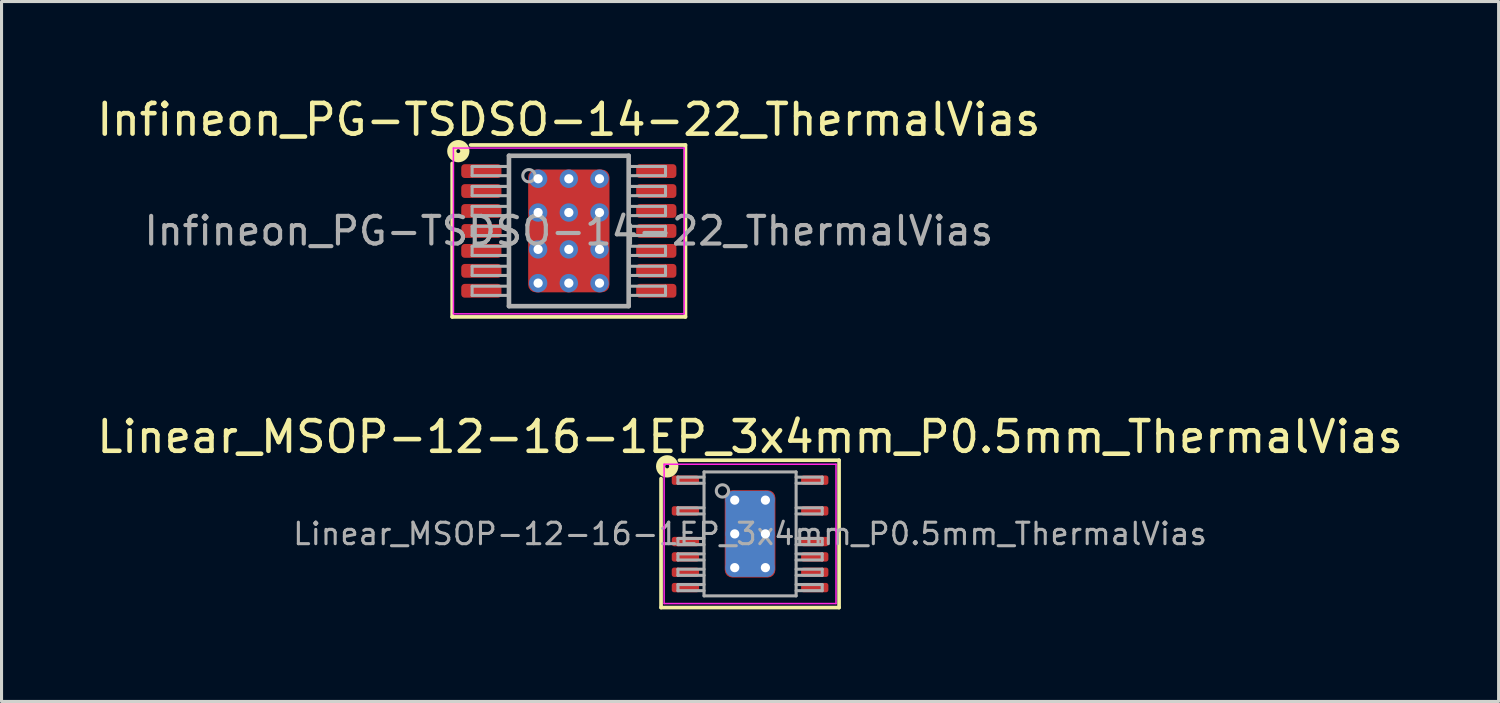
<source format=kicad_pcb>
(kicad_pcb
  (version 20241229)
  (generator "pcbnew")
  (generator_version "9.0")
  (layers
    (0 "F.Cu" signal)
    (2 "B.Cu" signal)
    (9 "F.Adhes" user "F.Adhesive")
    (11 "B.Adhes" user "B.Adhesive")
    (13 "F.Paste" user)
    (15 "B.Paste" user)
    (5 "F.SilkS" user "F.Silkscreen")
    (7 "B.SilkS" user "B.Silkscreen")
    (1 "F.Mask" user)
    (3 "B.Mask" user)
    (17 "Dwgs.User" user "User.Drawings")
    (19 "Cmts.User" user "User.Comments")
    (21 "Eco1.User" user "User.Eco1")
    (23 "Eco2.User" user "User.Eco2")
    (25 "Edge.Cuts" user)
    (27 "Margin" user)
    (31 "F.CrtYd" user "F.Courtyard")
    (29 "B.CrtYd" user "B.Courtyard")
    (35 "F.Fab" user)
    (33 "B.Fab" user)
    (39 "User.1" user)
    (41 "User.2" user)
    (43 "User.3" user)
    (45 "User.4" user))
  (footprint "Linear_MSOP-12-16-1EP_3x4mm_P0.5mm_ThermalVias"
    (layer "F.Cu")
    (at 21.387 14.344)
    (property "Reference" "Linear_MSOP-12-16-1EP_3x4mm_P0.5mm_ThermalVias" (at 0 -3.162 0) (layer "F.SilkS") (effects (font (size 1 1) (thickness 0.15))))
    (attr smd)
    (fp_line (start -2.9 2.4) (end -2.9 -1.8) (stroke (width 0.12) (type solid)) (layer "F.SilkS"))
    (fp_line (start -2.3 -2.4) (end 2.9 -2.4) (stroke (width 0.12) (type solid)) (layer "F.SilkS"))
    (fp_line (start 2.9 -2.4) (end 2.9 2.4) (stroke (width 0.12) (type solid)) (layer "F.SilkS"))
    (fp_line (start 2.9 2.4) (end -2.9 2.4) (stroke (width 0.12) (type solid)) (layer "F.SilkS"))
    (fp_circle (center -2.7 -2.2) (end -2.636 -2.2) (stroke (width 0.3) (type solid)) (fill no) (layer "F.SilkS"))
    (fp_line (start -2.8 -2.27) (end -2.8 2.27) (stroke (width 0.05) (type solid)) (layer "F.CrtYd"))
    (fp_line (start -2.8 -2.27) (end 2.8 -2.27) (stroke (width 0.05) (type solid)) (layer "F.CrtYd"))
    (fp_line (start -2.8 2.27) (end 2.8 2.27) (stroke (width 0.05) (type solid)) (layer "F.CrtYd"))
    (fp_line (start 2.8 -2.27) (end 2.8 2.27) (stroke (width 0.05) (type solid)) (layer "F.CrtYd"))
    (fp_line (start -2.35 -1.85) (end -2.35 -1.65) (stroke (width 0.1) (type solid)) (layer "F.Fab"))
    (fp_line (start -2.35 -1.85) (end -1.5 -1.85) (stroke (width 0.1) (type solid)) (layer "F.Fab"))
    (fp_line (start -2.35 -1.65) (end -1.5 -1.65) (stroke (width 0.1) (type solid)) (layer "F.Fab"))
    (fp_line (start -2.35 -0.85) (end -2.35 -0.65) (stroke (width 0.1) (type solid)) (layer "F.Fab"))
    (fp_line (start -2.35 -0.85) (end -1.5 -0.85) (stroke (width 0.1) (type solid)) (layer "F.Fab"))
    (fp_line (start -2.35 -0.65) (end -1.5 -0.65) (stroke (width 0.1) (type solid)) (layer "F.Fab"))
    (fp_line (start -2.35 0.15) (end -2.35 0.35) (stroke (width 0.1) (type solid)) (layer "F.Fab"))
    (fp_line (start -2.35 0.15) (end -1.5 0.15) (stroke (width 0.1) (type solid)) (layer "F.Fab"))
    (fp_line (start -2.35 0.35) (end -1.5 0.35) (stroke (width 0.1) (type solid)) (layer "F.Fab"))
    (fp_line (start -2.35 0.65) (end -2.35 0.85) (stroke (width 0.1) (type solid)) (layer "F.Fab"))
    (fp_line (start -2.35 0.65) (end -1.5 0.65) (stroke (width 0.1) (type solid)) (layer "F.Fab"))
    (fp_line (start -2.35 0.85) (end -1.5 0.85) (stroke (width 0.1) (type solid)) (layer "F.Fab"))
    (fp_line (start -2.35 1.15) (end -2.35 1.35) (stroke (width 0.1) (type solid)) (layer "F.Fab"))
    (fp_line (start -2.35 1.15) (end -1.5 1.15) (stroke (width 0.1) (type solid)) (layer "F.Fab"))
    (fp_line (start -2.35 1.35) (end -1.5 1.35) (stroke (width 0.1) (type solid)) (layer "F.Fab"))
    (fp_line (start -2.35 1.65) (end -2.35 1.85) (stroke (width 0.1) (type solid)) (layer "F.Fab"))
    (fp_line (start -2.35 1.65) (end -1.5 1.65) (stroke (width 0.1) (type solid)) (layer "F.Fab"))
    (fp_line (start -2.35 1.85) (end -1.5 1.85) (stroke (width 0.1) (type solid)) (layer "F.Fab"))
    (fp_line (start -1.5 -2.019) (end 1.5 -2.019) (stroke (width 0.1) (type solid)) (layer "F.Fab"))
    (fp_line (start -1.5 2.019) (end -1.5 -2.019) (stroke (width 0.1) (type solid)) (layer "F.Fab"))
    (fp_line (start 1.5 -2.019) (end 1.5 2.019) (stroke (width 0.1) (type solid)) (layer "F.Fab"))
    (fp_line (start 1.5 2.019) (end -1.5 2.019) (stroke (width 0.1) (type solid)) (layer "F.Fab"))
    (fp_line (start 2.35 -1.85) (end 1.5 -1.85) (stroke (width 0.1) (type solid)) (layer "F.Fab"))
    (fp_line (start 2.35 -1.65) (end 1.5 -1.65) (stroke (width 0.1) (type solid)) (layer "F.Fab"))
    (fp_line (start 2.35 -1.65) (end 2.35 -1.85) (stroke (width 0.1) (type solid)) (layer "F.Fab"))
    (fp_line (start 2.35 -0.85) (end 1.5 -0.85) (stroke (width 0.1) (type solid)) (layer "F.Fab"))
    (fp_line (start 2.35 -0.65) (end 1.5 -0.65) (stroke (width 0.1) (type solid)) (layer "F.Fab"))
    (fp_line (start 2.35 -0.65) (end 2.35 -0.85) (stroke (width 0.1) (type solid)) (layer "F.Fab"))
    (fp_line (start 2.35 0.15) (end 1.5 0.15) (stroke (width 0.1) (type solid)) (layer "F.Fab"))
    (fp_line (start 2.35 0.35) (end 1.5 0.35) (stroke (width 0.1) (type solid)) (layer "F.Fab"))
    (fp_line (start 2.35 0.35) (end 2.35 0.15) (stroke (width 0.1) (type solid)) (layer "F.Fab"))
    (fp_line (start 2.35 0.65) (end 1.5 0.65) (stroke (width 0.1) (type solid)) (layer "F.Fab"))
    (fp_line (start 2.35 0.85) (end 1.5 0.85) (stroke (width 0.1) (type solid)) (layer "F.Fab"))
    (fp_line (start 2.35 0.85) (end 2.35 0.65) (stroke (width 0.1) (type solid)) (layer "F.Fab"))
    (fp_line (start 2.35 1.15) (end 1.5 1.15) (stroke (width 0.1) (type solid)) (layer "F.Fab"))
    (fp_line (start 2.35 1.35) (end 1.5 1.35) (stroke (width 0.1) (type solid)) (layer "F.Fab"))
    (fp_line (start 2.35 1.35) (end 2.35 1.15) (stroke (width 0.1) (type solid)) (layer "F.Fab"))
    (fp_line (start 2.35 1.65) (end 1.5 1.65) (stroke (width 0.1) (type solid)) (layer "F.Fab"))
    (fp_line (start 2.35 1.85) (end 1.5 1.85) (stroke (width 0.1) (type solid)) (layer "F.Fab"))
    (fp_line (start 2.35 1.85) (end 2.35 1.65) (stroke (width 0.1) (type solid)) (layer "F.Fab"))
    (fp_circle (center -0.9 -1.4) (end -0.7 -1.4) (stroke (width 0.1) (type solid)) (fill no) (layer "F.Fab"))
    (fp_text user "${REFERENCE}" (at 0 0 0) (layer "F.Fab") (effects (font (size 0.7 0.7) (thickness 0.1))))
    (pad "" smd roundrect (at 0 -0.711) (size 1.4 1.2) (layers "F.Paste") (roundrect_rratio 0.208))
    (pad "" smd roundrect (at 0 0.711) (size 1.4 1.2) (layers "F.Paste") (roundrect_rratio 0.208))
    (pad "1" smd roundrect (at -2.107 -1.75) (size 0.889 0.305) (layers "F.Cu" "F.Mask" "F.Paste") (roundrect_rratio 0.25))
    (pad "3" smd roundrect (at -2.107 -0.75) (size 0.889 0.305) (layers "F.Cu" "F.Mask" "F.Paste") (roundrect_rratio 0.25))
    (pad "5" smd roundrect (at -2.107 0.25) (size 0.889 0.305) (layers "F.Cu" "F.Mask" "F.Paste") (roundrect_rratio 0.25))
    (pad "6" smd roundrect (at -2.107 0.75) (size 0.889 0.305) (layers "F.Cu" "F.Mask" "F.Paste") (roundrect_rratio 0.25))
    (pad "7" smd roundrect (at -2.107 1.25) (size 0.889 0.305) (layers "F.Cu" "F.Mask" "F.Paste") (roundrect_rratio 0.25))
    (pad "8" smd roundrect (at -2.107 1.75) (size 0.889 0.305) (layers "F.Cu" "F.Mask" "F.Paste") (roundrect_rratio 0.25))
    (pad "9" smd roundrect (at 2.107 1.75) (size 0.889 0.305) (layers "F.Cu" "F.Mask" "F.Paste") (roundrect_rratio 0.25))
    (pad "10" smd roundrect (at 2.107 1.25) (size 0.889 0.305) (layers "F.Cu" "F.Mask" "F.Paste") (roundrect_rratio 0.25))
    (pad "11" smd roundrect (at 2.107 0.75) (size 0.889 0.305) (layers "F.Cu" "F.Mask" "F.Paste") (roundrect_rratio 0.25))
    (pad "12" smd roundrect (at 2.107 0.25) (size 0.889 0.305) (layers "F.Cu" "F.Mask" "F.Paste") (roundrect_rratio 0.25))
    (pad "14" smd roundrect (at 2.107 -0.75) (size 0.889 0.305) (layers "F.Cu" "F.Mask" "F.Paste") (roundrect_rratio 0.25))
    (pad "16" smd roundrect (at 2.107 -1.75) (size 0.889 0.305) (layers "F.Cu" "F.Mask" "F.Paste") (roundrect_rratio 0.25))
    (pad "17" thru_hole circle (at -0.5 -1.1) (size 0.6 0.6) (drill 0.3) (property pad_prop_heatsink) (layers "*.Cu"))
    (pad "17" thru_hole circle (at -0.5 0) (size 0.6 0.6) (drill 0.3) (property pad_prop_heatsink) (layers "*.Cu"))
    (pad "17" thru_hole circle (at -0.5 1.1) (size 0.6 0.6) (drill 0.3) (property pad_prop_heatsink) (layers "*.Cu"))
    (pad "17" smd roundrect (at 0 0) (size 1.6 2.8) (layers "B.Cu" "B.Mask") (roundrect_rratio 0.156))
    (pad "17" smd roundrect (at 0 0) (size 1.651 2.845) (layers "F.Cu" "F.Mask") (roundrect_rratio 0.151))
    (pad "17" thru_hole circle (at 0.5 -1.1) (size 0.6 0.6) (drill 0.3) (property pad_prop_heatsink) (layers "*.Cu"))
    (pad "17" thru_hole circle (at 0.5 0) (size 0.6 0.6) (drill 0.3) (property pad_prop_heatsink) (layers "*.Cu"))
    (pad "17" thru_hole circle (at 0.5 1.1) (size 0.6 0.6) (drill 0.3) (property pad_prop_heatsink) (layers "*.Cu")))
  (footprint "Infineon_PG-TSDSO-14-22_ThermalVias"
    (layer "F.Cu")
    (at 15.482 4.474)
    (property "Reference" "Infineon_PG-TSDSO-14-22_ThermalVias" (at 0 -3.626 0) (layer "F.SilkS") (effects (font (size 1 1) (thickness 0.15))))
    (attr smd)
    (fp_line (start -3.8 2.8) (end -3.8 -2.2) (stroke (width 0.12) (type solid)) (layer "F.SilkS"))
    (fp_line (start -3.2 -2.8) (end 3.8 -2.8) (stroke (width 0.12) (type solid)) (layer "F.SilkS"))
    (fp_line (start 3.8 -2.8) (end 3.8 2.8) (stroke (width 0.12) (type solid)) (layer "F.SilkS"))
    (fp_line (start 3.8 2.8) (end -3.8 2.8) (stroke (width 0.12) (type solid)) (layer "F.SilkS"))
    (fp_circle (center -3.6 -2.6) (end -3.537 -2.6) (stroke (width 0.3) (type solid)) (fill no) (layer "F.SilkS"))
    (fp_line (start -3.76 -2.7) (end -3.76 2.7) (stroke (width 0.05) (type solid)) (layer "F.CrtYd"))
    (fp_line (start -3.76 -2.7) (end 3.76 -2.7) (stroke (width 0.05) (type solid)) (layer "F.CrtYd"))
    (fp_line (start -3.76 2.7) (end 3.76 2.7) (stroke (width 0.05) (type solid)) (layer "F.CrtYd"))
    (fp_line (start 3.76 -2.7) (end 3.76 2.7) (stroke (width 0.05) (type solid)) (layer "F.CrtYd"))
    (fp_line (start -3.15 -2.1) (end -3.15 -1.8) (stroke (width 0.1) (type solid)) (layer "F.Fab"))
    (fp_line (start -3.15 -2.1) (end -1.95 -2.1) (stroke (width 0.1) (type solid)) (layer "F.Fab"))
    (fp_line (start -3.15 -1.8) (end -1.95 -1.8) (stroke (width 0.1) (type solid)) (layer "F.Fab"))
    (fp_line (start -3.15 -1.45) (end -3.15 -1.15) (stroke (width 0.1) (type solid)) (layer "F.Fab"))
    (fp_line (start -3.15 -1.45) (end -1.95 -1.45) (stroke (width 0.1) (type solid)) (layer "F.Fab"))
    (fp_line (start -3.15 -1.15) (end -1.95 -1.15) (stroke (width 0.1) (type solid)) (layer "F.Fab"))
    (fp_line (start -3.15 -0.8) (end -3.15 -0.5) (stroke (width 0.1) (type solid)) (layer "F.Fab"))
    (fp_line (start -3.15 -0.8) (end -1.95 -0.8) (stroke (width 0.1) (type solid)) (layer "F.Fab"))
    (fp_line (start -3.15 -0.5) (end -1.95 -0.5) (stroke (width 0.1) (type solid)) (layer "F.Fab"))
    (fp_line (start -3.15 -0.15) (end -3.15 0.15) (stroke (width 0.1) (type solid)) (layer "F.Fab"))
    (fp_line (start -3.15 -0.15) (end -1.95 -0.15) (stroke (width 0.1) (type solid)) (layer "F.Fab"))
    (fp_line (start -3.15 0.15) (end -1.95 0.15) (stroke (width 0.1) (type solid)) (layer "F.Fab"))
    (fp_line (start -3.15 0.5) (end -3.15 0.8) (stroke (width 0.1) (type solid)) (layer "F.Fab"))
    (fp_line (start -3.15 0.5) (end -1.95 0.5) (stroke (width 0.1) (type solid)) (layer "F.Fab"))
    (fp_line (start -3.15 0.8) (end -1.95 0.8) (stroke (width 0.1) (type solid)) (layer "F.Fab"))
    (fp_line (start -3.15 1.15) (end -3.15 1.45) (stroke (width 0.1) (type solid)) (layer "F.Fab"))
    (fp_line (start -3.15 1.15) (end -1.95 1.15) (stroke (width 0.1) (type solid)) (layer "F.Fab"))
    (fp_line (start -3.15 1.45) (end -1.95 1.45) (stroke (width 0.1) (type solid)) (layer "F.Fab"))
    (fp_line (start -3.15 1.8) (end -3.15 2.1) (stroke (width 0.1) (type solid)) (layer "F.Fab"))
    (fp_line (start -3.15 1.8) (end -1.95 1.8) (stroke (width 0.1) (type solid)) (layer "F.Fab"))
    (fp_line (start -3.15 2.1) (end -1.95 2.1) (stroke (width 0.1) (type solid)) (layer "F.Fab"))
    (fp_line (start -1.95 -2.45) (end 1.95 -2.45) (stroke (width 0.15) (type solid)) (layer "F.Fab"))
    (fp_line (start -1.95 2.45) (end -1.95 -2.45) (stroke (width 0.15) (type solid)) (layer "F.Fab"))
    (fp_line (start 1.95 -2.45) (end 1.95 2.45) (stroke (width 0.15) (type solid)) (layer "F.Fab"))
    (fp_line (start 1.95 2.45) (end -1.95 2.45) (stroke (width 0.15) (type solid)) (layer "F.Fab"))
    (fp_line (start 3.15 -2.1) (end 1.95 -2.1) (stroke (width 0.1) (type solid)) (layer "F.Fab"))
    (fp_line (start 3.15 -1.8) (end 1.95 -1.8) (stroke (width 0.1) (type solid)) (layer "F.Fab"))
    (fp_line (start 3.15 -1.8) (end 3.15 -2.1) (stroke (width 0.1) (type solid)) (layer "F.Fab"))
    (fp_line (start 3.15 -1.45) (end 1.95 -1.45) (stroke (width 0.1) (type solid)) (layer "F.Fab"))
    (fp_line (start 3.15 -1.15) (end 1.95 -1.15) (stroke (width 0.1) (type solid)) (layer "F.Fab"))
    (fp_line (start 3.15 -1.15) (end 3.15 -1.45) (stroke (width 0.1) (type solid)) (layer "F.Fab"))
    (fp_line (start 3.15 -0.8) (end 1.95 -0.8) (stroke (width 0.1) (type solid)) (layer "F.Fab"))
    (fp_line (start 3.15 -0.5) (end 1.95 -0.5) (stroke (width 0.1) (type solid)) (layer "F.Fab"))
    (fp_line (start 3.15 -0.5) (end 3.15 -0.8) (stroke (width 0.1) (type solid)) (layer "F.Fab"))
    (fp_line (start 3.15 -0.15) (end 1.95 -0.15) (stroke (width 0.1) (type solid)) (layer "F.Fab"))
    (fp_line (start 3.15 0.15) (end 1.95 0.15) (stroke (width 0.1) (type solid)) (layer "F.Fab"))
    (fp_line (start 3.15 0.15) (end 3.15 -0.15) (stroke (width 0.1) (type solid)) (layer "F.Fab"))
    (fp_line (start 3.15 0.5) (end 1.95 0.5) (stroke (width 0.1) (type solid)) (layer "F.Fab"))
    (fp_line (start 3.15 0.8) (end 1.95 0.8) (stroke (width 0.1) (type solid)) (layer "F.Fab"))
    (fp_line (start 3.15 0.8) (end 3.15 0.5) (stroke (width 0.1) (type solid)) (layer "F.Fab"))
    (fp_line (start 3.15 1.15) (end 1.95 1.15) (stroke (width 0.1) (type solid)) (layer "F.Fab"))
    (fp_line (start 3.15 1.45) (end 1.95 1.45) (stroke (width 0.1) (type solid)) (layer "F.Fab"))
    (fp_line (start 3.15 1.45) (end 3.15 1.15) (stroke (width 0.1) (type solid)) (layer "F.Fab"))
    (fp_line (start 3.15 1.8) (end 1.95 1.8) (stroke (width 0.1) (type solid)) (layer "F.Fab"))
    (fp_line (start 3.15 2.1) (end 1.95 2.1) (stroke (width 0.1) (type solid)) (layer "F.Fab"))
    (fp_line (start 3.15 2.1) (end 3.15 1.8) (stroke (width 0.1) (type solid)) (layer "F.Fab"))
    (fp_circle (center -1.3 -1.8) (end -1.1 -1.8) (stroke (width 0.1) (type solid)) (fill no) (layer "F.Fab"))
    (fp_text user "${REFERENCE}" (at 0 0 0) (layer "F.Fab") (effects (font (size 0.9 0.9) (thickness 0.135))))
    (pad "" smd roundrect (at 0 -1.075) (size 2.5 1.7) (layers "F.Paste") (roundrect_rratio 0.147))
    (pad "" smd roundrect (at 0 1.075) (size 2.5 1.7) (layers "F.Paste") (roundrect_rratio 0.147))
    (pad "1" smd roundrect (at -2.85 -1.95) (size 1.31 0.45) (layers "F.Cu" "F.Mask" "F.Paste") (roundrect_rratio 0.25))
    (pad "2" smd roundrect (at -2.85 -1.3) (size 1.31 0.45) (layers "F.Cu" "F.Mask" "F.Paste") (roundrect_rratio 0.25))
    (pad "3" smd roundrect (at -2.85 -0.65) (size 1.31 0.45) (layers "F.Cu" "F.Mask" "F.Paste") (roundrect_rratio 0.25))
    (pad "4" smd roundrect (at -2.845 0) (size 1.31 0.45) (layers "F.Cu" "F.Mask" "F.Paste") (roundrect_rratio 0.25))
    (pad "5" smd roundrect (at -2.85 0.65) (size 1.31 0.45) (layers "F.Cu" "F.Mask" "F.Paste") (roundrect_rratio 0.25))
    (pad "6" smd roundrect (at -2.85 1.3) (size 1.31 0.45) (layers "F.Cu" "F.Mask" "F.Paste") (roundrect_rratio 0.25))
    (pad "7" smd roundrect (at -2.85 1.95) (size 1.31 0.45) (layers "F.Cu" "F.Mask" "F.Paste") (roundrect_rratio 0.25))
    (pad "8" smd roundrect (at 2.85 1.95) (size 1.31 0.45) (layers "F.Cu" "F.Mask" "F.Paste") (roundrect_rratio 0.25))
    (pad "9" smd roundrect (at 2.85 1.3) (size 1.31 0.45) (layers "F.Cu" "F.Mask" "F.Paste") (roundrect_rratio 0.25))
    (pad "10" smd roundrect (at 2.85 0.65) (size 1.31 0.45) (layers "F.Cu" "F.Mask" "F.Paste") (roundrect_rratio 0.25))
    (pad "11" smd roundrect (at 2.85 0) (size 1.31 0.45) (layers "F.Cu" "F.Mask" "F.Paste") (roundrect_rratio 0.25))
    (pad "12" smd roundrect (at 2.85 -0.65) (size 1.31 0.45) (layers "F.Cu" "F.Mask" "F.Paste") (roundrect_rratio 0.25))
    (pad "13" smd roundrect (at 2.85 -1.3) (size 1.31 0.45) (layers "F.Cu" "F.Mask" "F.Paste") (roundrect_rratio 0.25))
    (pad "14" smd roundrect (at 2.85 -1.95) (size 1.31 0.45) (layers "F.Cu" "F.Mask" "F.Paste") (roundrect_rratio 0.25))
    (pad "15" thru_hole circle (at -1 -1.7) (size 0.6 0.6) (drill 0.3) (property pad_prop_heatsink) (layers "*.Cu"))
    (pad "15" thru_hole circle (at -1 -0.6) (size 0.6 0.6) (drill 0.3) (property pad_prop_heatsink) (layers "*.Cu"))
    (pad "15" thru_hole circle (at -1 0.6) (size 0.6 0.6) (drill 0.3) (property pad_prop_heatsink) (layers "*.Cu"))
    (pad "15" thru_hole circle (at -1 1.7) (size 0.6 0.6) (drill 0.3) (property pad_prop_heatsink) (layers "*.Cu"))
    (pad "15" thru_hole circle (at 0 -1.7) (size 0.6 0.6) (drill 0.3) (property pad_prop_heatsink) (layers "*.Cu"))
    (pad "15" thru_hole circle (at 0 -0.6) (size 0.6 0.6) (drill 0.3) (property pad_prop_heatsink) (layers "*.Cu"))
    (pad "15" smd roundrect (at 0 0) (size 2.65 4) (layers "F.Cu" "F.Mask") (roundrect_rratio 0.094))
    (pad "15" thru_hole circle (at 0 0.6) (size 0.6 0.6) (drill 0.3) (property pad_prop_heatsink) (layers "*.Cu"))
    (pad "15" thru_hole circle (at 0 1.7) (size 0.6 0.6) (drill 0.3) (property pad_prop_heatsink) (layers "*.Cu"))
    (pad "15" thru_hole circle (at 1 -1.7) (size 0.6 0.6) (drill 0.3) (property pad_prop_heatsink) (layers "*.Cu"))
    (pad "15" thru_hole circle (at 1 -0.6) (size 0.6 0.6) (drill 0.3) (property pad_prop_heatsink) (layers "*.Cu"))
    (pad "15" thru_hole circle (at 1 0.6) (size 0.6 0.6) (drill 0.3) (property pad_prop_heatsink) (layers "*.Cu"))
    (pad "15" thru_hole circle (at 1 1.7) (size 0.6 0.6) (drill 0.3) (property pad_prop_heatsink) (layers "*.Cu")))
  (gr_rect
    (start -3 -3)
    (end 45.774 19.804)
    (stroke (width 0.1) (type default))
    (fill no)
    (layer "Edge.Cuts")))
</source>
